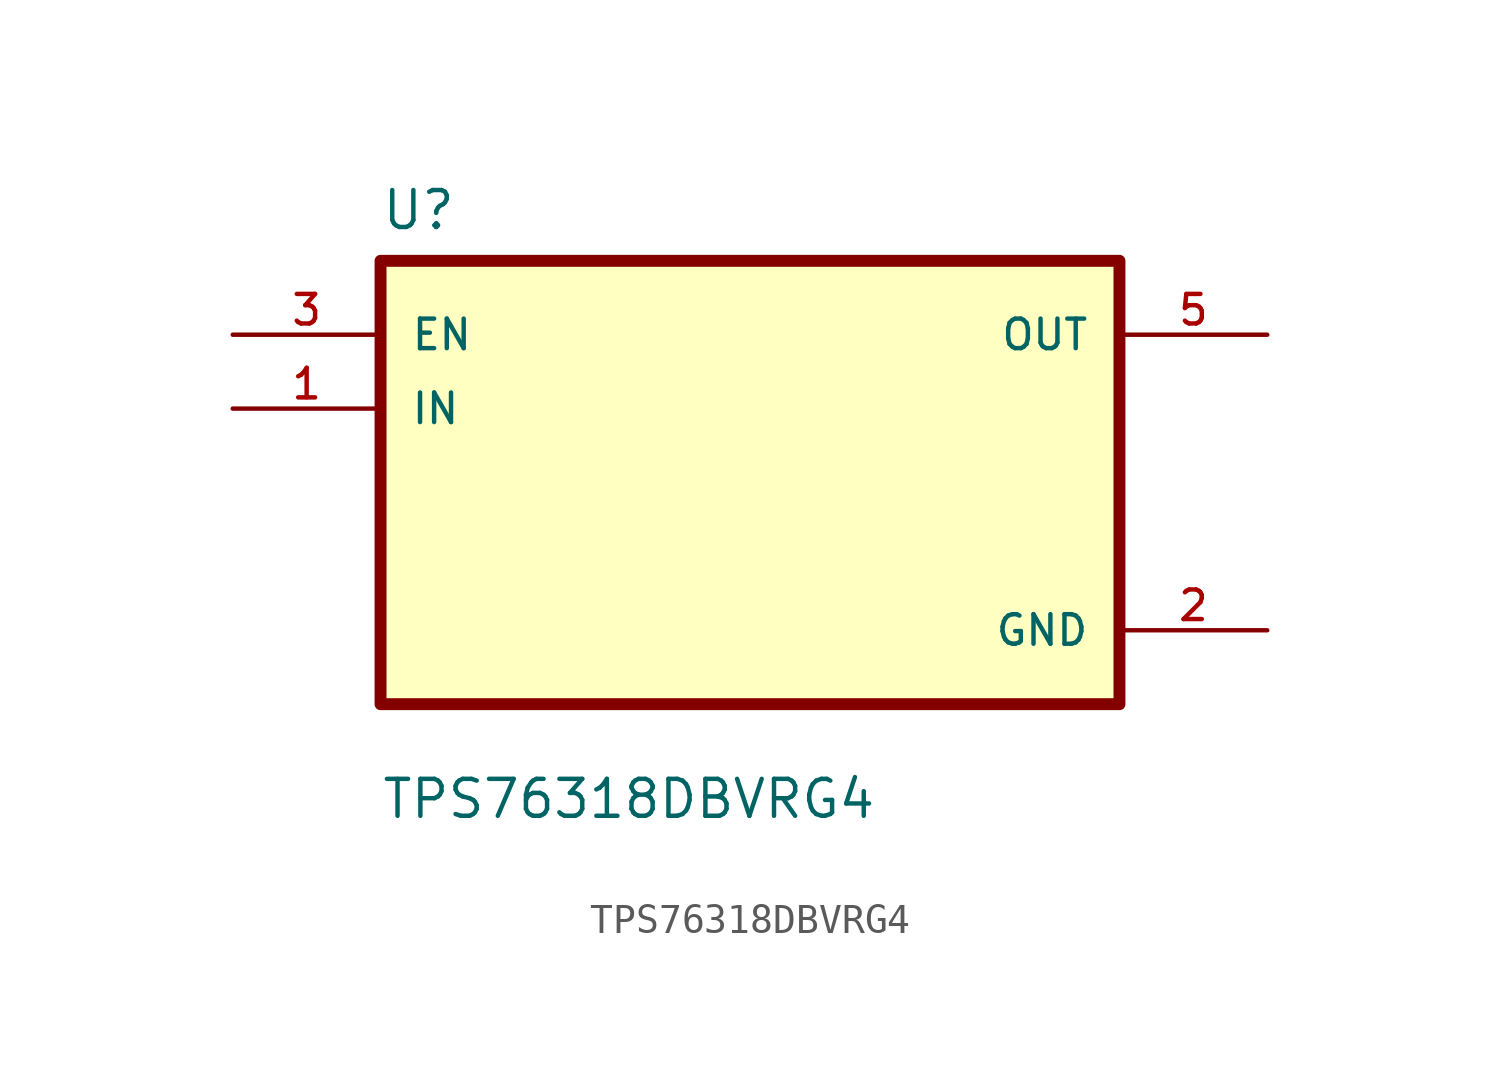
<source format=kicad_sym>
(kicad_symbol_lib
  (version 20211014)
  (generator kicad_symbol_editor)
  (symbol "TPS76318DBVRG4"
    (pin_names
      (offset 1.016))
    (property "Reference" "U"
      (at -12.7 8.62 0.0)
      (effects (font (size 1.27 1.27)) (justify bottom left)))
    (property "Value" "TPS76318DBVRG4"
      (at -12.7 -11.62 0.0)
      (effects (font (size 1.27 1.27)) (justify bottom left)))
    (symbol "TPS76318DBVRG4_0_0"
      (rectangle (start -12.7 -7.62) (end 12.7 7.62) (stroke (width 0.41)) (fill (type background)))
      (pin input line (at -17.78 5.08 0) (length 5.08) (name "EN" (effects (font (size 1.016 1.016)))) (number "3" (effects (font (size 1.016 1.016)))))
      (pin input line (at -17.78 2.54 0) (length 5.08) (name "IN" (effects (font (size 1.016 1.016)))) (number "1" (effects (font (size 1.016 1.016)))))
      (pin output line (at 17.78 5.08 180.0) (length 5.08) (name "OUT" (effects (font (size 1.016 1.016)))) (number "5" (effects (font (size 1.016 1.016)))))
      (pin power_in line (at 17.78 -5.08 180.0) (length 5.08) (name "GND" (effects (font (size 1.016 1.016)))) (number "2" (effects (font (size 1.016 1.016))))))))
</source>
